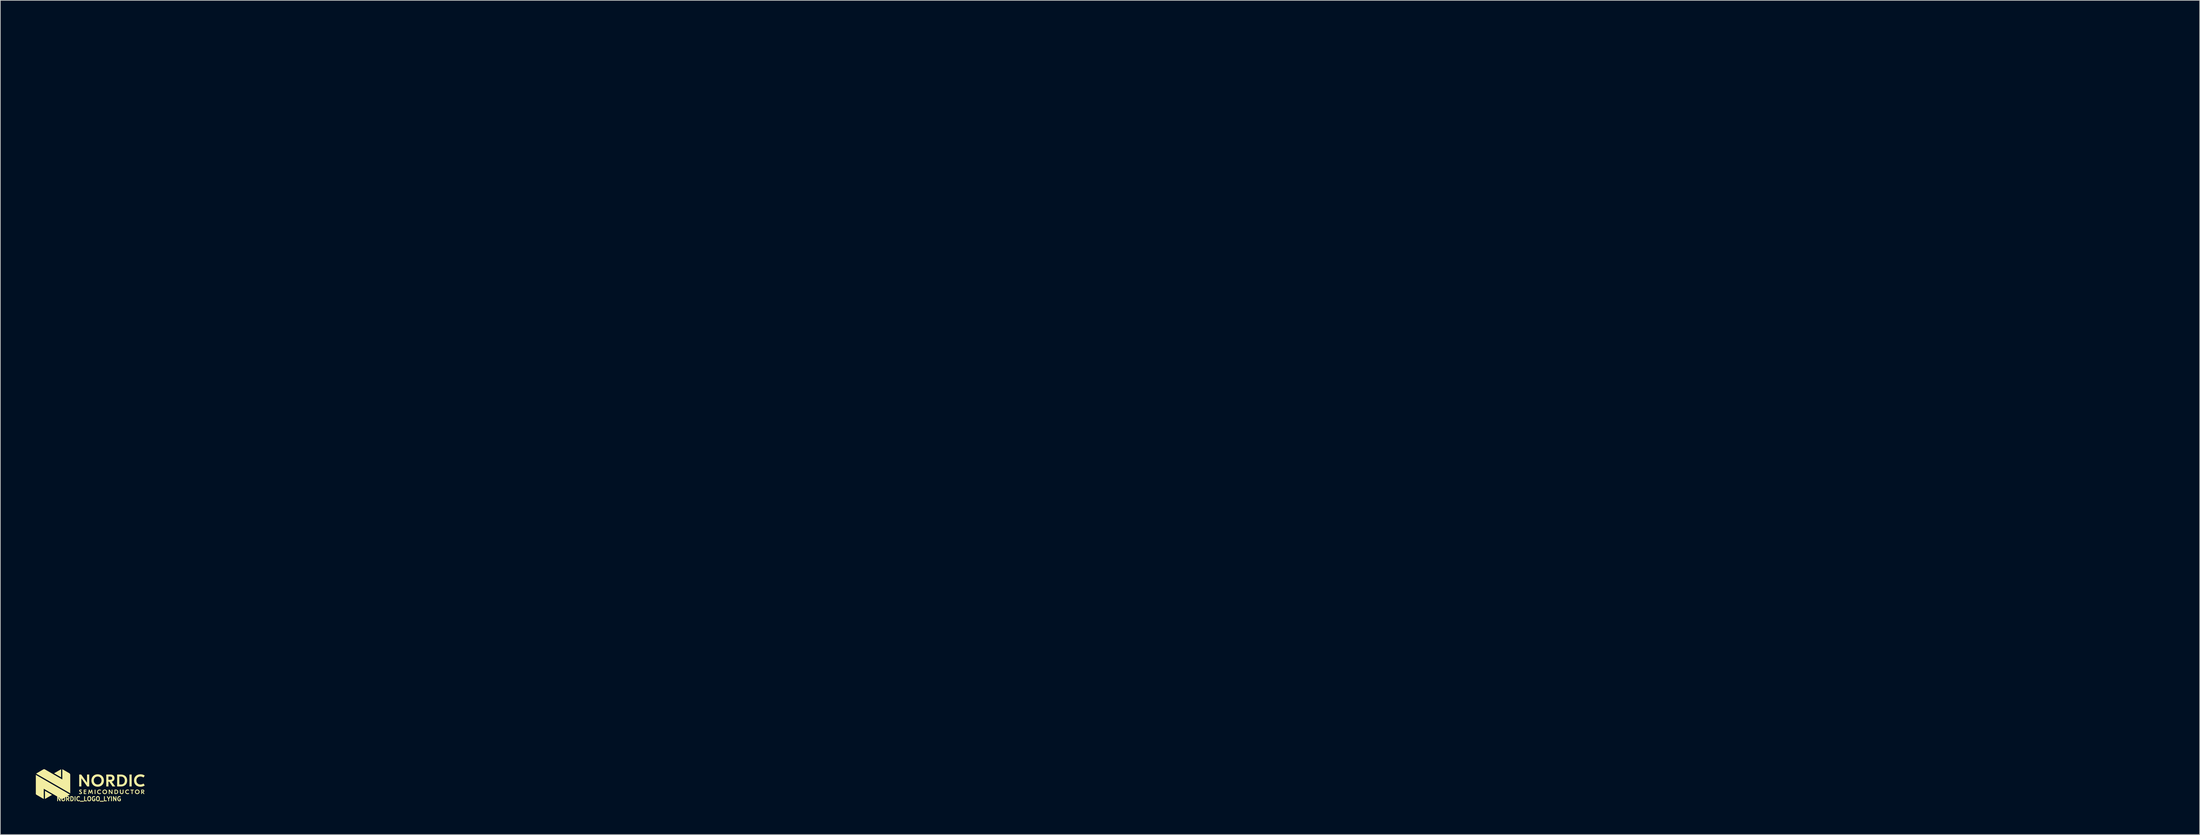
<source format=kicad_pcb>
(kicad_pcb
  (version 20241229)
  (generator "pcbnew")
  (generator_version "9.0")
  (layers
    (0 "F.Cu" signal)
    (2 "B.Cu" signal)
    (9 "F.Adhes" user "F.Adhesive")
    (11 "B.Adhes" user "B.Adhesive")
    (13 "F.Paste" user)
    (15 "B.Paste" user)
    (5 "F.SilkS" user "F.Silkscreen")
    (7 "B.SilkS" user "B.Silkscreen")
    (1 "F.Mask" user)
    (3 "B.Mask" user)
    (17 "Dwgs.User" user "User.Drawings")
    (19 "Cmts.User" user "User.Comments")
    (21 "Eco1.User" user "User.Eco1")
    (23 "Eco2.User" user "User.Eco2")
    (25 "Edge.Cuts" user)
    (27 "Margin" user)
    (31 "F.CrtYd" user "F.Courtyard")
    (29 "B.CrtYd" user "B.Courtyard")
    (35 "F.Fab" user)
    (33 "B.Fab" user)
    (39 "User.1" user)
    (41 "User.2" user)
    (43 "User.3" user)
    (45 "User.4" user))
  (footprint "NORDIC_LOGO_LYING"
    (layer "F.Cu")
    (at 4.87 114.139)
    (property "Reference" "NORDIC_LOGO_LYING" (at 5.359 2.207 0) (unlocked yes) (layer "F.SilkS") (effects (font (size 0.635 0.635) (thickness 0.127))))
    (fp_poly (pts (xy -1.205 2.214) (xy -1.206 1.001) (xy -0.155 1.608)) (stroke (width 0) (type default)) (fill yes) (layer "F.SilkS"))
    (fp_poly (pts (xy 0.155 -1.625) (xy 1.205 -1.015) (xy 1.205 -2.226)) (stroke (width 0) (type default)) (fill yes) (layer "F.SilkS"))
    (fp_poly (pts (xy 6.217 0.818) (xy 6.217 1.477) (xy 6.342 1.477) (xy 6.342 0.818)) (stroke (width 0) (type default)) (fill yes) (layer "F.SilkS"))
    (fp_poly (pts (xy 11.417 -1.436) (xy 11.417 0.347) (xy 11.745 0.347) (xy 11.745 -1.436)) (stroke (width 0) (type default)) (fill yes) (layer "F.SilkS"))
    (fp_poly (pts (xy 11.566 0.816) (xy 11.566 0.929) (xy 11.746 0.929) (xy 11.746 1.475) (xy 11.867 1.475) (xy 11.867 0.929) (xy 12.047 0.929) (xy 12.047 0.816)) (stroke (width 0) (type default)) (fill yes) (layer "F.SilkS"))
    (fp_poly (pts (xy 3.907 0.347) (xy 3.907 -1.436) (xy 4.21 -1.436) (xy 5.079 -0.211) (xy 5.079 -1.436) (xy 5.405 -1.436) (xy 5.405 0.347) (xy 5.102 0.347) (xy 4.233 -0.876) (xy 4.233 0.347)) (stroke (width 0) (type default)) (fill yes) (layer "F.SilkS"))
    (fp_poly (pts (xy 8.325 1.477) (xy 8.325 0.818) (xy 8.437 0.818) (xy 8.759 1.271) (xy 8.759 0.818) (xy 8.879 0.818) (xy 8.879 1.477) (xy 8.767 1.477) (xy 8.446 1.025) (xy 8.446 1.477)) (stroke (width 0) (type default)) (fill yes) (layer "F.SilkS"))
    (fp_poly (pts (xy 4.583 0.818) (xy 4.583 1.477) (xy 4.979 1.477) (xy 4.979 1.364) (xy 4.704 1.364) (xy 4.704 1.174) (xy 4.951 1.174) (xy 4.951 1.063) (xy 4.704 1.063) (xy 4.704 0.931) (xy 4.974 0.931) (xy 4.974 0.818)) (stroke (width 0) (type default)) (fill yes) (layer "F.SilkS"))
    (fp_poly (pts (xy 5.237 1.477) (xy 5.356 0.817) (xy 5.445 0.817) (xy 5.593 1.19) (xy 5.745 0.817) (xy 5.834 0.817) (xy 5.952 1.477) (xy 5.83 1.477) (xy 5.766 1.051) (xy 5.639 1.379) (xy 5.551 1.379) (xy 5.424 1.051) (xy 5.359 1.477)) (stroke (width 0) (type default)) (fill yes) (layer "F.SilkS"))
    (fp_poly (pts (xy -2.57 1.44) (xy -2.57 -1.388) (xy 2.523 1.551) (xy 1.396 2.214) (xy 1.384 2.221) (xy 1.376 2.225) (xy 1.368 2.228) (xy 1.358 2.232) (xy 1.348 2.235) (xy 1.34 2.237) (xy 1.335 2.238) (xy 1.328 2.238) (xy 1.318 2.237) (xy 1.312 2.236) (xy 1.302 2.233) (xy 1.292 2.229) (xy 1.285 2.226) (xy 1.279 2.223) (xy -1.387 0.688) (xy -1.386 2.219) (xy -2.49 1.574) (xy -2.514 1.559) (xy -2.527 1.547) (xy -2.539 1.532) (xy -2.552 1.515) (xy -2.56 1.493) (xy -2.565 1.475) (xy -2.57 1.454)) (stroke (width 0) (type default)) (fill yes) (layer "F.SilkS"))
    (fp_poly (pts (xy -2.51 -1.564) (xy 2.57 1.369) (xy 2.57 -1.39) (xy 2.569 -1.414) (xy 2.566 -1.437) (xy 2.561 -1.463) (xy 2.551 -1.493) (xy 2.535 -1.528) (xy 2.516 -1.558) (xy 2.484 -1.593) (xy 2.464 -1.611) (xy 2.44 -1.629) (xy 2.424 -1.638) (xy 1.441 -2.208) (xy 1.428 -2.214) (xy 1.407 -2.223) (xy 1.386 -2.23) (xy 1.386 -0.702) (xy -1.206 -2.201) (xy -1.229 -2.213) (xy -1.251 -2.223) (xy -1.266 -2.228) (xy -1.287 -2.234) (xy -1.304 -2.237) (xy -1.319 -2.238) (xy -1.336 -2.238) (xy -1.35 -2.238) (xy -1.361 -2.236) (xy -1.379 -2.233) (xy -1.394 -2.229) (xy -1.415 -2.221) (xy -1.428 -2.216) (xy -1.443 -2.208) (xy -1.461 -2.199) (xy -2.422 -1.641) (xy -2.445 -1.627) (xy -2.464 -1.613) (xy -2.477 -1.601) (xy -2.491 -1.588) (xy -2.505 -1.572)) (stroke (width 0) (type default)) (fill yes) (layer "F.SilkS"))
    (fp_poly (pts (xy 13.291 1.475) (xy 13.17 1.475) (xy 13.17 0.816) (xy 13.414 0.816) (xy 13.437 0.816) (xy 13.45 0.818) (xy 13.468 0.821) (xy 13.495 0.828) (xy 13.516 0.836) (xy 13.533 0.844) (xy 13.555 0.859) (xy 13.565 0.867) (xy 13.586 0.888) (xy 13.596 0.903) (xy 13.605 0.919) (xy 13.611 0.931) (xy 13.616 0.945) (xy 13.623 0.972) (xy 13.625 0.986) (xy 13.626 1.007) (xy 13.626 1.021) (xy 13.626 1.034) (xy 13.624 1.048) (xy 13.622 1.061) (xy 13.618 1.076) (xy 13.611 1.097) (xy 13.606 1.109) (xy 13.597 1.124) (xy 13.581 1.146) (xy 13.563 1.164) (xy 13.549 1.175) (xy 13.532 1.185) (xy 13.506 1.197) (xy 13.486 1.203) (xy 13.472 1.207) (xy 13.667 1.475) (xy 13.515 1.475) (xy 13.336 1.212) (xy 13.291 1.212) (xy 13.291 1.106) (xy 13.401 1.106) (xy 13.418 1.105) (xy 13.436 1.101) (xy 13.448 1.097) (xy 13.461 1.091) (xy 13.474 1.081) (xy 13.483 1.07) (xy 13.492 1.051) (xy 13.496 1.037) (xy 13.497 1.018) (xy 13.497 1.005) (xy 13.492 0.984) (xy 13.486 0.97) (xy 13.47 0.95) (xy 13.455 0.94) (xy 13.443 0.934) (xy 13.421 0.929) (xy 13.406 0.927) (xy 13.291 0.927)) (stroke (width 0) (type default)) (fill yes) (layer "F.SilkS"))
    (fp_poly (pts (xy 9.983 0.816) (xy 9.983 1.215) (xy 9.984 1.234) (xy 9.985 1.252) (xy 9.987 1.271) (xy 9.992 1.298) (xy 9.997 1.315) (xy 10.004 1.335) (xy 10.011 1.351) (xy 10.018 1.365) (xy 10.025 1.377) (xy 10.04 1.399) (xy 10.067 1.427) (xy 10.093 1.446) (xy 10.11 1.456) (xy 10.13 1.465) (xy 10.147 1.472) (xy 10.164 1.477) (xy 10.18 1.481) (xy 10.196 1.484) (xy 10.215 1.486) (xy 10.232 1.488) (xy 10.257 1.489) (xy 10.275 1.488) (xy 10.292 1.487) (xy 10.309 1.485) (xy 10.328 1.482) (xy 10.344 1.478) (xy 10.364 1.472) (xy 10.383 1.464) (xy 10.393 1.46) (xy 10.407 1.452) (xy 10.421 1.444) (xy 10.433 1.435) (xy 10.461 1.41) (xy 10.474 1.393) (xy 10.485 1.378) (xy 10.496 1.359) (xy 10.504 1.34) (xy 10.511 1.323) (xy 10.515 1.308) (xy 10.52 1.286) (xy 10.524 1.265) (xy 10.526 1.248) (xy 10.527 1.231) (xy 10.527 1.215) (xy 10.527 0.816) (xy 10.4 0.816) (xy 10.4 1.208) (xy 10.4 1.22) (xy 10.397 1.241) (xy 10.394 1.257) (xy 10.39 1.272) (xy 10.382 1.291) (xy 10.373 1.305) (xy 10.363 1.319) (xy 10.341 1.339) (xy 10.33 1.346) (xy 10.315 1.353) (xy 10.299 1.358) (xy 10.282 1.362) (xy 10.27 1.364) (xy 10.252 1.364) (xy 10.238 1.363) (xy 10.226 1.362) (xy 10.206 1.357) (xy 10.19 1.35) (xy 10.176 1.343) (xy 10.154 1.326) (xy 10.144 1.314) (xy 10.135 1.302) (xy 10.127 1.288) (xy 10.121 1.272) (xy 10.116 1.255) (xy 10.112 1.235) (xy 10.111 1.211) (xy 10.111 1.208) (xy 10.111 0.816)) (stroke (width 0) (type default)) (fill yes) (layer "F.SilkS"))
    (fp_poly (pts (xy 9.178 0.816) (xy 9.389 0.816) (xy 9.408 0.816) (xy 9.427 0.817) (xy 9.45 0.82) (xy 9.463 0.822) (xy 9.478 0.824) (xy 9.494 0.828) (xy 9.511 0.833) (xy 9.525 0.838) (xy 9.535 0.841) (xy 9.56 0.852) (xy 9.576 0.86) (xy 9.587 0.867) (xy 9.606 0.88) (xy 9.622 0.892) (xy 9.631 0.9) (xy 9.645 0.913) (xy 9.667 0.936) (xy 9.681 0.958) (xy 9.696 0.985) (xy 9.703 0.999) (xy 9.71 1.016) (xy 9.715 1.032) (xy 9.72 1.046) (xy 9.724 1.064) (xy 9.726 1.077) (xy 9.73 1.102) (xy 9.731 1.118) (xy 9.732 1.141) (xy 9.732 1.157) (xy 9.731 1.176) (xy 9.729 1.193) (xy 9.727 1.212) (xy 9.724 1.226) (xy 9.717 1.253) (xy 9.709 1.278) (xy 9.701 1.296) (xy 9.694 1.31) (xy 9.684 1.327) (xy 9.677 1.339) (xy 9.652 1.371) (xy 9.626 1.396) (xy 9.596 1.418) (xy 9.561 1.438) (xy 9.536 1.449) (xy 9.507 1.459) (xy 9.483 1.465) (xy 9.461 1.47) (xy 9.449 1.471) (xy 9.422 1.474) (xy 9.389 1.475) (xy 9.395 1.364) (xy 9.424 1.362) (xy 9.447 1.359) (xy 9.469 1.353) (xy 9.495 1.342) (xy 9.506 1.336) (xy 9.522 1.326) (xy 9.53 1.319) (xy 9.554 1.296) (xy 9.567 1.278) (xy 9.575 1.265) (xy 9.584 1.246) (xy 9.59 1.229) (xy 9.596 1.206) (xy 9.598 1.193) (xy 9.601 1.172) (xy 9.602 1.152) (xy 9.602 1.132) (xy 9.6 1.112) (xy 9.598 1.093) (xy 9.594 1.078) (xy 9.59 1.062) (xy 9.587 1.053) (xy 9.583 1.043) (xy 9.578 1.032) (xy 9.572 1.02) (xy 9.56 1.002) (xy 9.55 0.991) (xy 9.532 0.972) (xy 9.519 0.963) (xy 9.496 0.949) (xy 9.479 0.942) (xy 9.461 0.936) (xy 9.439 0.931) (xy 9.418 0.928) (xy 9.395 0.927) (xy 9.298 0.927) (xy 9.298 1.364) (xy 9.395 1.364) (xy 9.389 1.475) (xy 9.178 1.475)) (stroke (width 0) (type default)) (fill yes) (layer "F.SilkS"))
    (fp_poly (pts (xy 7.951 0.347) (xy 7.951 -1.436) (xy 8.608 -1.436) (xy 8.634 -1.436) (xy 8.665 -1.434) (xy 8.693 -1.432) (xy 8.734 -1.426) (xy 8.761 -1.421) (xy 8.793 -1.414) (xy 8.814 -1.408) (xy 8.848 -1.397) (xy 8.885 -1.382) (xy 8.915 -1.367) (xy 8.941 -1.353) (xy 8.959 -1.342) (xy 8.979 -1.328) (xy 9.003 -1.309) (xy 9.018 -1.296) (xy 9.04 -1.275) (xy 9.059 -1.253) (xy 9.076 -1.234) (xy 9.1 -1.2) (xy 9.119 -1.168) (xy 9.132 -1.143) (xy 9.141 -1.122) (xy 9.149 -1.102) (xy 9.155 -1.085) (xy 9.16 -1.067) (xy 9.167 -1.043) (xy 9.172 -1.019) (xy 9.176 -0.997) (xy 9.178 -0.983) (xy 9.181 -0.954) (xy 9.183 -0.931) (xy 9.184 -0.911) (xy 9.184 -0.888) (xy 9.183 -0.867) (xy 9.181 -0.832) (xy 9.177 -0.802) (xy 9.171 -0.772) (xy 9.166 -0.748) (xy 9.161 -0.731) (xy 9.156 -0.714) (xy 9.15 -0.696) (xy 9.138 -0.666) (xy 9.128 -0.644) (xy 9.114 -0.618) (xy 9.104 -0.602) (xy 9.09 -0.58) (xy 9.071 -0.556) (xy 9.052 -0.533) (xy 9.039 -0.518) (xy 9.013 -0.496) (xy 8.986 -0.475) (xy 8.964 -0.459) (xy 8.937 -0.442) (xy 8.92 -0.433) (xy 8.896 -0.421) (xy 8.873 -0.411) (xy 8.845 -0.401) (xy 8.825 -0.394) (xy 8.805 -0.388) (xy 8.784 -0.383) (xy 8.766 -0.379) (xy 9.293 0.347) (xy 8.883 0.347) (xy 8.399 -0.364) (xy 8.277 -0.364) (xy 8.277 -0.652) (xy 8.557 -0.652) (xy 8.582 -0.652) (xy 8.605 -0.654) (xy 8.629 -0.657) (xy 8.648 -0.66) (xy 8.671 -0.665) (xy 8.693 -0.672) (xy 8.723 -0.685) (xy 8.74 -0.695) (xy 8.755 -0.705) (xy 8.772 -0.72) (xy 8.796 -0.749) (xy 8.81 -0.772) (xy 8.822 -0.803) (xy 8.831 -0.842) (xy 8.835 -0.881) (xy 8.834 -0.915) (xy 8.831 -0.942) (xy 8.823 -0.976) (xy 8.811 -1.007) (xy 8.8 -1.027) (xy 8.791 -1.04) (xy 8.767 -1.068) (xy 8.748 -1.084) (xy 8.726 -1.098) (xy 8.707 -1.107) (xy 8.689 -1.115) (xy 8.672 -1.12) (xy 8.648 -1.126) (xy 8.629 -1.13) (xy 8.612 -1.132) (xy 8.581 -1.135) (xy 8.557 -1.136) (xy 8.277 -1.136) (xy 8.277 0.347)) (stroke (width 0) (type default)) (fill yes) (layer "F.SilkS"))
    (fp_poly (pts (xy 9.574 0.347) (xy 9.574 -1.436) (xy 10.172 -1.436) (xy 10.21 -1.434) (xy 10.247 -1.432) (xy 10.284 -1.428) (xy 10.32 -1.423) (xy 10.371 -1.415) (xy 10.41 -1.406) (xy 10.436 -1.4) (xy 10.448 -1.396) (xy 10.473 -1.389) (xy 10.498 -1.381) (xy 10.525 -1.371) (xy 10.552 -1.361) (xy 10.578 -1.35) (xy 10.619 -1.33) (xy 10.649 -1.315) (xy 10.664 -1.306) (xy 10.68 -1.297) (xy 10.713 -1.275) (xy 10.731 -1.263) (xy 10.75 -1.248) (xy 10.773 -1.231) (xy 10.798 -1.209) (xy 10.835 -1.173) (xy 10.865 -1.143) (xy 10.887 -1.114) (xy 10.913 -1.081) (xy 10.933 -1.05) (xy 10.951 -1.022) (xy 10.975 -0.978) (xy 10.992 -0.942) (xy 11.006 -0.909) (xy 11.017 -0.879) (xy 11.03 -0.838) (xy 11.038 -0.813) (xy 11.046 -0.776) (xy 11.054 -0.741) (xy 11.06 -0.706) (xy 11.064 -0.674) (xy 11.066 -0.652) (xy 11.069 -0.618) (xy 11.07 -0.596) (xy 11.071 -0.566) (xy 11.071 -0.533) (xy 11.071 -0.503) (xy 11.069 -0.473) (xy 11.067 -0.45) (xy 11.064 -0.417) (xy 11.06 -0.385) (xy 11.054 -0.351) (xy 11.047 -0.316) (xy 11.044 -0.304) (xy 11.038 -0.28) (xy 11.031 -0.254) (xy 11.018 -0.214) (xy 11.008 -0.186) (xy 10.995 -0.154) (xy 10.979 -0.12) (xy 10.969 -0.1) (xy 10.942 -0.053) (xy 10.921 -0.021) (xy 10.897 0.013) (xy 10.87 0.044) (xy 10.842 0.078) (xy 10.804 0.114) (xy 10.784 0.132) (xy 10.74 0.167) (xy 10.703 0.193) (xy 10.669 0.214) (xy 10.639 0.231) (xy 10.609 0.246) (xy 10.581 0.259) (xy 10.554 0.271) (xy 10.528 0.281) (xy 10.501 0.291) (xy 10.462 0.303) (xy 10.424 0.313) (xy 10.385 0.322) (xy 10.359 0.328) (xy 10.332 0.332) (xy 10.246 0.343) (xy 10.183 0.346) (xy 10.144 0.347) (xy 10.16 0.046) (xy 10.187 0.046) (xy 10.221 0.044) (xy 10.265 0.038) (xy 10.308 0.03) (xy 10.338 0.022) (xy 10.369 0.013) (xy 10.386 0.007) (xy 10.402 -0.00006) (xy 10.421 -0.008) (xy 10.45 -0.023) (xy 10.474 -0.037) (xy 10.504 -0.057) (xy 10.528 -0.076) (xy 10.551 -0.096) (xy 10.589 -0.136) (xy 10.61 -0.164) (xy 10.631 -0.195) (xy 10.65 -0.229) (xy 10.661 -0.252) (xy 10.676 -0.287) (xy 10.689 -0.325) (xy 10.698 -0.356) (xy 10.705 -0.386) (xy 10.71 -0.416) (xy 10.716 -0.46) (xy 10.719 -0.501) (xy 10.72 -0.54) (xy 10.719 -0.569) (xy 10.718 -0.608) (xy 10.713 -0.655) (xy 10.708 -0.686) (xy 10.702 -0.715) (xy 10.696 -0.739) (xy 10.69 -0.763) (xy 10.677 -0.801) (xy 10.662 -0.835) (xy 10.652 -0.857) (xy 10.639 -0.882) (xy 10.622 -0.909) (xy 10.607 -0.93) (xy 10.583 -0.959) (xy 10.559 -0.986) (xy 10.529 -1.013) (xy 10.493 -1.04) (xy 10.465 -1.058) (xy 10.433 -1.075) (xy 10.396 -1.092) (xy 10.371 -1.101) (xy 10.339 -1.111) (xy 10.308 -1.119) (xy 10.279 -1.125) (xy 10.247 -1.13) (xy 10.206 -1.134) (xy 10.183 -1.135) (xy 10.168 -1.135) (xy 9.9 -1.136) (xy 9.9 0.046) (xy 10.16 0.046) (xy 10.144 0.347)) (stroke (width 0) (type default)) (fill yes) (layer "F.SilkS"))
    (fp_poly (pts (xy 7.109 0.982) (xy 7.178 0.876) (xy 7.159 0.864) (xy 7.146 0.855) (xy 7.127 0.845) (xy 7.12 0.842) (xy 7.092 0.83) (xy 7.065 0.821) (xy 7.033 0.813) (xy 7.008 0.808) (xy 6.982 0.805) (xy 6.964 0.804) (xy 6.943 0.803) (xy 6.912 0.804) (xy 6.89 0.806) (xy 6.869 0.809) (xy 6.854 0.812) (xy 6.84 0.815) (xy 6.826 0.819) (xy 6.815 0.822) (xy 6.801 0.827) (xy 6.786 0.833) (xy 6.774 0.838) (xy 6.762 0.844) (xy 6.749 0.851) (xy 6.734 0.86) (xy 6.718 0.871) (xy 6.709 0.878) (xy 6.698 0.887) (xy 6.677 0.906) (xy 6.649 0.94) (xy 6.638 0.956) (xy 6.631 0.968) (xy 6.621 0.987) (xy 6.614 1.002) (xy 6.609 1.016) (xy 6.605 1.028) (xy 6.597 1.056) (xy 6.593 1.072) (xy 6.591 1.087) (xy 6.589 1.101) (xy 6.587 1.12) (xy 6.587 1.13) (xy 6.586 1.143) (xy 6.587 1.157) (xy 6.587 1.171) (xy 6.589 1.19) (xy 6.59 1.204) (xy 6.594 1.225) (xy 6.599 1.247) (xy 6.606 1.27) (xy 6.613 1.29) (xy 6.62 1.306) (xy 6.624 1.314) (xy 6.629 1.324) (xy 6.636 1.335) (xy 6.65 1.357) (xy 6.666 1.377) (xy 6.688 1.399) (xy 6.701 1.411) (xy 6.72 1.426) (xy 6.743 1.441) (xy 6.763 1.451) (xy 6.781 1.46) (xy 6.799 1.467) (xy 6.815 1.473) (xy 6.826 1.476) (xy 6.848 1.482) (xy 6.864 1.485) (xy 6.884 1.488) (xy 6.906 1.49) (xy 6.922 1.491) (xy 6.937 1.492) (xy 6.956 1.491) (xy 6.974 1.491) (xy 6.998 1.488) (xy 7.017 1.486) (xy 7.034 1.482) (xy 7.047 1.479) (xy 7.056 1.477) (xy 7.084 1.468) (xy 7.109 1.458) (xy 7.131 1.448) (xy 7.155 1.434) (xy 7.169 1.425) (xy 7.178 1.419) (xy 7.109 1.313) (xy 7.096 1.322) (xy 7.086 1.328) (xy 7.07 1.337) (xy 7.06 1.342) (xy 7.047 1.347) (xy 7.03 1.354) (xy 7.023 1.356) (xy 7.014 1.359) (xy 6.983 1.365) (xy 6.966 1.367) (xy 6.949 1.368) (xy 6.926 1.368) (xy 6.911 1.366) (xy 6.893 1.364) (xy 6.881 1.361) (xy 6.862 1.356) (xy 6.849 1.351) (xy 6.836 1.346) (xy 6.822 1.338) (xy 6.817 1.335) (xy 6.798 1.322) (xy 6.775 1.302) (xy 6.757 1.279) (xy 6.744 1.258) (xy 6.737 1.243) (xy 6.729 1.223) (xy 6.724 1.202) (xy 6.721 1.186) (xy 6.719 1.168) (xy 6.718 1.154) (xy 6.719 1.139) (xy 6.719 1.124) (xy 6.721 1.112) (xy 6.723 1.096) (xy 6.727 1.083) (xy 6.732 1.064) (xy 6.737 1.051) (xy 6.742 1.041) (xy 6.753 1.022) (xy 6.768 1.001) (xy 6.787 0.982) (xy 6.803 0.969) (xy 6.815 0.961) (xy 6.835 0.95) (xy 6.851 0.943) (xy 6.868 0.937) (xy 6.883 0.933) (xy 6.898 0.931) (xy 6.912 0.929) (xy 6.931 0.927) (xy 6.948 0.927) (xy 6.955 0.927) (xy 6.981 0.929) (xy 7.011 0.936) (xy 7.028 0.941) (xy 7.049 0.949) (xy 7.061 0.954) (xy 7.071 0.959) (xy 7.082 0.965) (xy 7.093 0.971) (xy 7.104 0.979)) (stroke (width 0) (type default)) (fill yes) (layer "F.SilkS"))
    (fp_poly (pts (xy 11.3 0.98) (xy 11.37 0.874) (xy 11.351 0.861) (xy 11.337 0.853) (xy 11.318 0.843) (xy 11.311 0.84) (xy 11.283 0.827) (xy 11.256 0.819) (xy 11.224 0.81) (xy 11.199 0.806) (xy 11.174 0.803) (xy 11.155 0.802) (xy 11.134 0.801) (xy 11.103 0.802) (xy 11.082 0.804) (xy 11.061 0.807) (xy 11.045 0.81) (xy 11.031 0.813) (xy 11.017 0.817) (xy 11.007 0.82) (xy 10.992 0.825) (xy 10.978 0.831) (xy 10.966 0.836) (xy 10.953 0.842) (xy 10.94 0.849) (xy 10.926 0.858) (xy 10.909 0.869) (xy 10.9 0.876) (xy 10.889 0.885) (xy 10.868 0.904) (xy 10.84 0.938) (xy 10.829 0.954) (xy 10.822 0.966) (xy 10.813 0.985) (xy 10.806 1) (xy 10.8 1.013) (xy 10.796 1.026) (xy 10.788 1.054) (xy 10.785 1.07) (xy 10.782 1.085) (xy 10.78 1.099) (xy 10.779 1.118) (xy 10.778 1.127) (xy 10.778 1.14) (xy 10.778 1.155) (xy 10.778 1.169) (xy 10.78 1.188) (xy 10.782 1.202) (xy 10.785 1.223) (xy 10.79 1.245) (xy 10.797 1.268) (xy 10.804 1.288) (xy 10.811 1.303) (xy 10.816 1.312) (xy 10.821 1.322) (xy 10.827 1.333) (xy 10.841 1.355) (xy 10.857 1.375) (xy 10.88 1.397) (xy 10.893 1.409) (xy 10.912 1.424) (xy 10.935 1.439) (xy 10.954 1.449) (xy 10.973 1.458) (xy 10.99 1.465) (xy 11.007 1.471) (xy 11.017 1.474) (xy 11.04 1.479) (xy 11.055 1.483) (xy 11.076 1.486) (xy 11.097 1.488) (xy 11.114 1.489) (xy 11.128 1.489) (xy 11.147 1.489) (xy 11.165 1.488) (xy 11.189 1.486) (xy 11.208 1.483) (xy 11.225 1.48) (xy 11.239 1.477) (xy 11.247 1.475) (xy 11.275 1.466) (xy 11.3 1.456) (xy 11.323 1.445) (xy 11.347 1.432) (xy 11.36 1.423) (xy 11.37 1.417) (xy 11.3 1.311) (xy 11.288 1.319) (xy 11.277 1.326) (xy 11.262 1.334) (xy 11.251 1.34) (xy 11.238 1.345) (xy 11.222 1.351) (xy 11.214 1.354) (xy 11.205 1.356) (xy 11.175 1.363) (xy 11.157 1.365) (xy 11.14 1.366) (xy 11.117 1.366) (xy 11.102 1.364) (xy 11.084 1.362) (xy 11.072 1.359) (xy 11.053 1.354) (xy 11.04 1.349) (xy 11.028 1.344) (xy 11.013 1.336) (xy 11.008 1.333) (xy 10.99 1.32) (xy 10.966 1.3) (xy 10.948 1.277) (xy 10.935 1.256) (xy 10.928 1.241) (xy 10.921 1.22) (xy 10.915 1.2) (xy 10.912 1.184) (xy 10.91 1.166) (xy 10.91 1.151) (xy 10.91 1.137) (xy 10.911 1.122) (xy 10.912 1.11) (xy 10.915 1.094) (xy 10.918 1.08) (xy 10.924 1.062) (xy 10.929 1.049) (xy 10.933 1.039) (xy 10.944 1.02) (xy 10.959 0.999) (xy 10.978 0.98) (xy 10.995 0.967) (xy 11.006 0.959) (xy 11.026 0.948) (xy 11.043 0.941) (xy 11.059 0.935) (xy 11.074 0.931) (xy 11.089 0.928) (xy 11.103 0.926) (xy 11.122 0.925) (xy 11.139 0.925) (xy 11.147 0.925) (xy 11.173 0.927) (xy 11.202 0.934) (xy 11.219 0.939) (xy 11.24 0.946) (xy 11.252 0.952) (xy 11.262 0.957) (xy 11.274 0.963) (xy 11.284 0.969) (xy 11.296 0.977)) (stroke (width 0) (type default)) (fill yes) (layer "F.SilkS"))
    (fp_poly (pts (xy 7.381 1.15) (xy 7.381 1.136) (xy 7.383 1.114) (xy 7.386 1.084) (xy 7.391 1.058) (xy 7.397 1.037) (xy 7.402 1.022) (xy 7.413 0.995) (xy 7.424 0.973) (xy 7.432 0.959) (xy 7.444 0.941) (xy 7.457 0.924) (xy 7.478 0.9) (xy 7.492 0.887) (xy 7.504 0.877) (xy 7.517 0.868) (xy 7.531 0.858) (xy 7.543 0.851) (xy 7.555 0.844) (xy 7.586 0.83) (xy 7.604 0.823) (xy 7.629 0.816) (xy 7.645 0.812) (xy 7.661 0.809) (xy 7.683 0.806) (xy 7.698 0.804) (xy 7.719 0.804) (xy 7.734 0.804) (xy 7.748 0.804) (xy 7.77 0.806) (xy 7.785 0.808) (xy 7.801 0.81) (xy 7.817 0.814) (xy 7.833 0.818) (xy 7.851 0.824) (xy 7.879 0.835) (xy 7.9 0.846) (xy 7.912 0.852) (xy 7.924 0.86) (xy 7.938 0.87) (xy 7.956 0.884) (xy 7.966 0.892) (xy 7.978 0.904) (xy 7.998 0.926) (xy 8.007 0.938) (xy 8.016 0.951) (xy 8.024 0.965) (xy 8.032 0.979) (xy 8.043 1) (xy 8.05 1.019) (xy 8.056 1.035) (xy 8.06 1.05) (xy 8.063 1.065) (xy 8.066 1.078) (xy 8.07 1.103) (xy 8.072 1.126) (xy 8.072 1.154) (xy 8.07 1.192) (xy 8.065 1.224) (xy 8.062 1.238) (xy 8.056 1.26) (xy 8.05 1.276) (xy 8.043 1.294) (xy 8.032 1.316) (xy 8.025 1.329) (xy 8.014 1.347) (xy 8.003 1.361) (xy 7.992 1.376) (xy 7.978 1.391) (xy 7.961 1.407) (xy 7.937 1.426) (xy 7.923 1.436) (xy 7.91 1.444) (xy 7.888 1.456) (xy 7.868 1.465) (xy 7.849 1.472) (xy 7.832 1.477) (xy 7.815 1.482) (xy 7.791 1.486) (xy 7.775 1.489) (xy 7.753 1.491) (xy 7.738 1.491) (xy 7.705 1.491) (xy 7.691 1.49) (xy 7.676 1.488) (xy 7.654 1.485) (xy 7.63 1.48) (xy 7.614 1.475) (xy 7.588 1.466) (xy 7.569 1.458) (xy 7.547 1.446) (xy 7.535 1.439) (xy 7.521 1.43) (xy 7.505 1.418) (xy 7.49 1.406) (xy 7.476 1.393) (xy 7.464 1.38) (xy 7.449 1.362) (xy 7.439 1.346) (xy 7.429 1.33) (xy 7.416 1.306) (xy 7.407 1.286) (xy 7.401 1.269) (xy 7.396 1.254) (xy 7.39 1.233) (xy 7.387 1.213) (xy 7.384 1.195) (xy 7.381 1.15) (xy 7.513 1.151) (xy 7.515 1.178) (xy 7.519 1.202) (xy 7.524 1.224) (xy 7.529 1.236) (xy 7.534 1.249) (xy 7.544 1.269) (xy 7.552 1.281) (xy 7.574 1.308) (xy 7.585 1.318) (xy 7.61 1.336) (xy 7.626 1.346) (xy 7.639 1.351) (xy 7.655 1.357) (xy 7.669 1.361) (xy 7.686 1.365) (xy 7.706 1.367) (xy 7.72 1.368) (xy 7.743 1.368) (xy 7.765 1.365) (xy 7.784 1.361) (xy 7.797 1.357) (xy 7.812 1.352) (xy 7.836 1.34) (xy 7.858 1.326) (xy 7.87 1.316) (xy 7.889 1.297) (xy 7.9 1.282) (xy 7.907 1.271) (xy 7.915 1.257) (xy 7.921 1.244) (xy 7.925 1.232) (xy 7.934 1.202) (xy 7.937 1.179) (xy 7.939 1.158) (xy 7.939 1.141) (xy 7.938 1.125) (xy 7.936 1.105) (xy 7.932 1.087) (xy 7.927 1.069) (xy 7.922 1.054) (xy 7.916 1.042) (xy 7.902 1.017) (xy 7.893 1.003) (xy 7.87 0.978) (xy 7.854 0.966) (xy 7.839 0.956) (xy 7.824 0.948) (xy 7.807 0.941) (xy 7.793 0.936) (xy 7.776 0.932) (xy 7.75 0.928) (xy 7.736 0.927) (xy 7.722 0.927) (xy 7.708 0.928) (xy 7.684 0.931) (xy 7.658 0.937) (xy 7.643 0.942) (xy 7.624 0.951) (xy 7.607 0.961) (xy 7.586 0.976) (xy 7.565 0.997) (xy 7.553 1.013) (xy 7.539 1.035) (xy 7.529 1.058) (xy 7.521 1.081) (xy 7.517 1.103) (xy 7.513 1.134) (xy 7.513 1.151)) (stroke (width 0) (type default)) (fill yes) (layer "F.SilkS"))
    (fp_poly (pts (xy 12.232 1.148) (xy 12.233 1.133) (xy 12.234 1.111) (xy 12.237 1.082) (xy 12.243 1.056) (xy 12.248 1.034) (xy 12.253 1.019) (xy 12.264 0.993) (xy 12.275 0.971) (xy 12.283 0.957) (xy 12.295 0.939) (xy 12.308 0.922) (xy 12.33 0.898) (xy 12.344 0.885) (xy 12.356 0.874) (xy 12.368 0.866) (xy 12.382 0.856) (xy 12.395 0.848) (xy 12.406 0.842) (xy 12.437 0.828) (xy 12.455 0.821) (xy 12.48 0.813) (xy 12.497 0.809) (xy 12.512 0.806) (xy 12.534 0.803) (xy 12.549 0.802) (xy 12.57 0.801) (xy 12.585 0.801) (xy 12.599 0.802) (xy 12.621 0.803) (xy 12.636 0.805) (xy 12.652 0.808) (xy 12.668 0.812) (xy 12.685 0.816) (xy 12.702 0.822) (xy 12.73 0.833) (xy 12.751 0.843) (xy 12.763 0.85) (xy 12.775 0.857) (xy 12.789 0.867) (xy 12.807 0.881) (xy 12.818 0.89) (xy 12.829 0.901) (xy 12.849 0.923) (xy 12.858 0.936) (xy 12.867 0.948) (xy 12.876 0.962) (xy 12.884 0.976) (xy 12.894 0.998) (xy 12.901 1.017) (xy 12.907 1.033) (xy 12.911 1.048) (xy 12.915 1.062) (xy 12.917 1.076) (xy 12.921 1.1) (xy 12.923 1.123) (xy 12.923 1.151) (xy 12.921 1.19) (xy 12.916 1.222) (xy 12.913 1.235) (xy 12.907 1.257) (xy 12.901 1.273) (xy 12.894 1.292) (xy 12.884 1.313) (xy 12.876 1.327) (xy 12.865 1.344) (xy 12.855 1.359) (xy 12.843 1.374) (xy 12.829 1.389) (xy 12.813 1.405) (xy 12.788 1.424) (xy 12.774 1.434) (xy 12.761 1.441) (xy 12.739 1.453) (xy 12.719 1.462) (xy 12.701 1.469) (xy 12.683 1.475) (xy 12.666 1.479) (xy 12.642 1.484) (xy 12.626 1.486) (xy 12.604 1.488) (xy 12.59 1.489) (xy 12.556 1.489) (xy 12.542 1.488) (xy 12.527 1.486) (xy 12.505 1.483) (xy 12.482 1.477) (xy 12.465 1.473) (xy 12.439 1.463) (xy 12.42 1.455) (xy 12.398 1.444) (xy 12.386 1.437) (xy 12.373 1.428) (xy 12.356 1.416) (xy 12.341 1.404) (xy 12.328 1.39) (xy 12.316 1.378) (xy 12.301 1.359) (xy 12.29 1.344) (xy 12.28 1.328) (xy 12.267 1.303) (xy 12.258 1.284) (xy 12.252 1.267) (xy 12.247 1.251) (xy 12.242 1.23) (xy 12.238 1.211) (xy 12.235 1.192) (xy 12.232 1.148) (xy 12.364 1.149) (xy 12.366 1.175) (xy 12.37 1.2) (xy 12.376 1.222) (xy 12.38 1.234) (xy 12.385 1.247) (xy 12.396 1.267) (xy 12.403 1.278) (xy 12.426 1.305) (xy 12.436 1.315) (xy 12.461 1.334) (xy 12.478 1.343) (xy 12.49 1.349) (xy 12.506 1.355) (xy 12.52 1.359) (xy 12.537 1.362) (xy 12.557 1.365) (xy 12.572 1.366) (xy 12.594 1.365) (xy 12.616 1.363) (xy 12.636 1.359) (xy 12.649 1.355) (xy 12.663 1.35) (xy 12.687 1.338) (xy 12.709 1.323) (xy 12.722 1.314) (xy 12.74 1.294) (xy 12.751 1.28) (xy 12.758 1.269) (xy 12.766 1.254) (xy 12.772 1.241) (xy 12.777 1.229) (xy 12.785 1.2) (xy 12.789 1.176) (xy 12.79 1.156) (xy 12.79 1.138) (xy 12.79 1.122) (xy 12.787 1.102) (xy 12.784 1.085) (xy 12.779 1.067) (xy 12.773 1.052) (xy 12.768 1.039) (xy 12.754 1.014) (xy 12.744 1.001) (xy 12.721 0.976) (xy 12.705 0.964) (xy 12.69 0.954) (xy 12.675 0.946) (xy 12.659 0.939) (xy 12.644 0.934) (xy 12.627 0.93) (xy 12.601 0.926) (xy 12.587 0.925) (xy 12.573 0.925) (xy 12.559 0.925) (xy 12.536 0.928) (xy 12.509 0.934) (xy 12.494 0.94) (xy 12.476 0.948) (xy 12.458 0.958) (xy 12.438 0.974) (xy 12.417 0.994) (xy 12.404 1.01) (xy 12.39 1.033) (xy 12.38 1.055) (xy 12.373 1.079) (xy 12.368 1.101) (xy 12.365 1.132) (xy 12.364 1.149)) (stroke (width 0) (type default)) (fill yes) (layer "F.SilkS"))
    (fp_poly (pts (xy 4.25 0.96) (xy 4.302 0.85) (xy 4.275 0.838) (xy 4.251 0.829) (xy 4.234 0.823) (xy 4.217 0.818) (xy 4.199 0.814) (xy 4.18 0.81) (xy 4.157 0.806) (xy 4.136 0.804) (xy 4.119 0.804) (xy 4.105 0.804) (xy 4.092 0.804) (xy 4.076 0.805) (xy 4.057 0.808) (xy 4.041 0.811) (xy 4.023 0.816) (xy 4.011 0.82) (xy 4.001 0.824) (xy 3.986 0.833) (xy 3.975 0.84) (xy 3.966 0.847) (xy 3.96 0.852) (xy 3.957 0.855) (xy 3.938 0.878) (xy 3.931 0.891) (xy 3.926 0.902) (xy 3.922 0.911) (xy 3.919 0.923) (xy 3.916 0.938) (xy 3.914 0.948) (xy 3.913 0.959) (xy 3.913 0.966) (xy 3.913 0.982) (xy 3.914 0.994) (xy 3.916 1.007) (xy 3.918 1.014) (xy 3.919 1.019) (xy 3.928 1.045) (xy 3.933 1.056) (xy 3.939 1.065) (xy 3.944 1.074) (xy 3.957 1.091) (xy 3.964 1.1) (xy 3.977 1.112) (xy 3.986 1.12) (xy 3.995 1.128) (xy 4.003 1.134) (xy 4.013 1.142) (xy 4.018 1.145) (xy 4.124 1.221) (xy 4.138 1.231) (xy 4.154 1.243) (xy 4.163 1.252) (xy 4.169 1.258) (xy 4.175 1.265) (xy 4.18 1.272) (xy 4.184 1.278) (xy 4.186 1.283) (xy 4.188 1.287) (xy 4.19 1.295) (xy 4.191 1.303) (xy 4.191 1.312) (xy 4.19 1.318) (xy 4.188 1.328) (xy 4.186 1.333) (xy 4.181 1.342) (xy 4.176 1.348) (xy 4.17 1.354) (xy 4.165 1.358) (xy 4.158 1.362) (xy 4.15 1.366) (xy 4.141 1.369) (xy 4.126 1.373) (xy 4.117 1.374) (xy 4.108 1.374) (xy 4.094 1.375) (xy 4.082 1.374) (xy 4.073 1.373) (xy 4.059 1.371) (xy 4.045 1.369) (xy 4.031 1.365) (xy 4.007 1.358) (xy 3.991 1.352) (xy 3.978 1.347) (xy 3.963 1.34) (xy 3.947 1.333) (xy 3.938 1.327) (xy 3.92 1.317) (xy 3.866 1.427) (xy 3.877 1.434) (xy 3.887 1.44) (xy 3.899 1.446) (xy 3.914 1.453) (xy 3.923 1.457) (xy 3.934 1.462) (xy 3.949 1.467) (xy 3.979 1.477) (xy 3.996 1.48) (xy 4.022 1.486) (xy 4.042 1.489) (xy 4.063 1.49) (xy 4.094 1.492) (xy 4.114 1.491) (xy 4.131 1.49) (xy 4.145 1.488) (xy 4.156 1.487) (xy 4.173 1.483) (xy 4.189 1.479) (xy 4.2 1.475) (xy 4.211 1.471) (xy 4.218 1.468) (xy 4.228 1.463) (xy 4.241 1.456) (xy 4.249 1.45) (xy 4.258 1.443) (xy 4.263 1.439) (xy 4.274 1.429) (xy 4.288 1.411) (xy 4.298 1.395) (xy 4.304 1.383) (xy 4.308 1.373) (xy 4.311 1.362) (xy 4.315 1.348) (xy 4.317 1.337) (xy 4.318 1.33) (xy 4.319 1.32) (xy 4.319 1.311) (xy 4.319 1.303) (xy 4.319 1.294) (xy 4.319 1.287) (xy 4.318 1.276) (xy 4.317 1.268) (xy 4.315 1.257) (xy 4.314 1.252) (xy 4.312 1.244) (xy 4.31 1.237) (xy 4.301 1.215) (xy 4.291 1.197) (xy 4.282 1.184) (xy 4.275 1.175) (xy 4.267 1.166) (xy 4.261 1.16) (xy 4.256 1.155) (xy 4.248 1.148) (xy 4.239 1.14) (xy 4.228 1.131) (xy 4.218 1.123) (xy 4.149 1.075) (xy 4.082 1.028) (xy 4.069 1.018) (xy 4.06 1.009) (xy 4.052 1) (xy 4.046 0.989) (xy 4.042 0.979) (xy 4.041 0.972) (xy 4.041 0.966) (xy 4.042 0.961) (xy 4.042 0.956) (xy 4.044 0.95) (xy 4.047 0.944) (xy 4.05 0.939) (xy 4.054 0.935) (xy 4.059 0.931) (xy 4.064 0.928) (xy 4.07 0.925) (xy 4.082 0.922) (xy 4.088 0.921) (xy 4.1 0.92) (xy 4.108 0.919) (xy 4.119 0.92) (xy 4.127 0.92) (xy 4.134 0.921) (xy 4.143 0.922) (xy 4.15 0.923) (xy 4.161 0.926) (xy 4.17 0.928) (xy 4.18 0.931) (xy 4.191 0.934) (xy 4.199 0.937) (xy 4.208 0.941) (xy 4.217 0.944) (xy 4.225 0.948) (xy 4.23 0.95) (xy 4.237 0.953)) (stroke (width 0) (type default)) (fill yes) (layer "F.SilkS"))
    (fp_poly (pts (xy 13.508 -0.993) (xy 13.697 -1.278) (xy 13.674 -1.294) (xy 13.645 -1.312) (xy 13.618 -1.328) (xy 13.586 -1.347) (xy 13.557 -1.362) (xy 13.539 -1.371) (xy 13.495 -1.391) (xy 13.449 -1.409) (xy 13.391 -1.428) (xy 13.341 -1.442) (xy 13.289 -1.453) (xy 13.248 -1.46) (xy 13.211 -1.465) (xy 13.167 -1.47) (xy 13.126 -1.473) (xy 13.079 -1.474) (xy 13.048 -1.474) (xy 13.006 -1.473) (xy 12.977 -1.472) (xy 12.933 -1.468) (xy 12.89 -1.463) (xy 12.848 -1.456) (xy 12.805 -1.447) (xy 12.76 -1.436) (xy 12.731 -1.428) (xy 12.7 -1.418) (xy 12.669 -1.407) (xy 12.637 -1.395) (xy 12.605 -1.38) (xy 12.571 -1.364) (xy 12.553 -1.354) (xy 12.517 -1.334) (xy 12.497 -1.322) (xy 12.476 -1.308) (xy 12.453 -1.292) (xy 12.428 -1.273) (xy 12.399 -1.249) (xy 12.379 -1.23) (xy 12.342 -1.195) (xy 12.305 -1.154) (xy 12.266 -1.105) (xy 12.237 -1.061) (xy 12.218 -1.029) (xy 12.203 -1.003) (xy 12.192 -0.979) (xy 12.182 -0.958) (xy 12.173 -0.938) (xy 12.165 -0.919) (xy 12.152 -0.884) (xy 12.147 -0.867) (xy 12.133 -0.821) (xy 12.122 -0.777) (xy 12.116 -0.749) (xy 12.109 -0.707) (xy 12.106 -0.682) (xy 12.102 -0.644) (xy 12.099 -0.611) (xy 12.098 -0.582) (xy 12.097 -0.545) (xy 12.098 -0.506) (xy 12.1 -0.468) (xy 12.102 -0.442) (xy 12.106 -0.404) (xy 12.112 -0.363) (xy 12.12 -0.322) (xy 12.13 -0.278) (xy 12.139 -0.248) (xy 12.149 -0.215) (xy 12.161 -0.18) (xy 12.178 -0.14) (xy 12.199 -0.096) (xy 12.212 -0.07) (xy 12.23 -0.04) (xy 12.252 -0.005) (xy 12.273 0.025) (xy 12.302 0.063) (xy 12.331 0.095) (xy 12.374 0.137) (xy 12.409 0.168) (xy 12.46 0.208) (xy 12.483 0.223) (xy 12.503 0.236) (xy 12.559 0.269) (xy 12.576 0.277) (xy 12.609 0.293) (xy 12.625 0.3) (xy 12.657 0.313) (xy 12.688 0.324) (xy 12.718 0.334) (xy 12.747 0.343) (xy 12.776 0.351) (xy 12.813 0.36) (xy 12.841 0.365) (xy 12.876 0.371) (xy 12.904 0.375) (xy 12.933 0.378) (xy 12.962 0.381) (xy 12.992 0.383) (xy 13.031 0.385) (xy 13.069 0.385) (xy 13.117 0.384) (xy 13.147 0.382) (xy 13.178 0.379) (xy 13.201 0.377) (xy 13.237 0.372) (xy 13.271 0.367) (xy 13.309 0.36) (xy 13.346 0.351) (xy 13.369 0.345) (xy 13.41 0.333) (xy 13.458 0.316) (xy 13.505 0.297) (xy 13.552 0.275) (xy 13.594 0.253) (xy 13.642 0.225) (xy 13.697 0.189) (xy 13.508 -0.096) (xy 13.484 -0.08) (xy 13.45 -0.059) (xy 13.401 -0.032) (xy 13.349 -0.008) (xy 13.324 0.002) (xy 13.292 0.013) (xy 13.272 0.02) (xy 13.235 0.03) (xy 13.199 0.038) (xy 13.165 0.044) (xy 13.123 0.048) (xy 13.076 0.051) (xy 13.045 0.051) (xy 12.994 0.049) (xy 12.945 0.043) (xy 12.903 0.035) (xy 12.873 0.027) (xy 12.84 0.017) (xy 12.807 0.005) (xy 12.772 -0.01) (xy 12.746 -0.023) (xy 12.719 -0.038) (xy 12.704 -0.048) (xy 12.687 -0.059) (xy 12.668 -0.073) (xy 12.641 -0.096) (xy 12.617 -0.118) (xy 12.592 -0.145) (xy 12.56 -0.187) (xy 12.533 -0.229) (xy 12.516 -0.26) (xy 12.499 -0.299) (xy 12.487 -0.332) (xy 12.475 -0.371) (xy 12.467 -0.407) (xy 12.46 -0.449) (xy 12.456 -0.49) (xy 12.454 -0.536) (xy 12.455 -0.584) (xy 12.457 -0.617) (xy 12.461 -0.65) (xy 12.467 -0.685) (xy 12.474 -0.712) (xy 12.482 -0.741) (xy 12.488 -0.761) (xy 12.5 -0.794) (xy 12.511 -0.819) (xy 12.526 -0.847) (xy 12.547 -0.884) (xy 12.566 -0.912) (xy 12.593 -0.945) (xy 12.618 -0.971) (xy 12.637 -0.99) (xy 12.662 -1.011) (xy 12.681 -1.026) (xy 12.713 -1.048) (xy 12.741 -1.064) (xy 12.766 -1.077) (xy 12.8 -1.092) (xy 12.823 -1.101) (xy 12.844 -1.108) (xy 12.876 -1.118) (xy 12.907 -1.125) (xy 12.928 -1.129) (xy 12.948 -1.133) (xy 12.977 -1.136) (xy 12.997 -1.138) (xy 13.017 -1.14) (xy 13.047 -1.141) (xy 13.065 -1.141) (xy 13.084 -1.14) (xy 13.107 -1.139) (xy 13.14 -1.136) (xy 13.173 -1.132) (xy 13.202 -1.127) (xy 13.228 -1.121) (xy 13.26 -1.113) (xy 13.301 -1.1) (xy 13.33 -1.089) (xy 13.365 -1.074) (xy 13.404 -1.056) (xy 13.436 -1.038) (xy 13.465 -1.021) (xy 13.502 -0.997)) (stroke (width 0) (type default)) (fill yes) (layer "F.SilkS"))
    (fp_poly (pts (xy 5.732 -0.545) (xy 5.732 -0.576) (xy 5.734 -0.62) (xy 5.737 -0.652) (xy 5.743 -0.699) (xy 5.748 -0.733) (xy 5.755 -0.767) (xy 5.759 -0.785) (xy 5.769 -0.823) (xy 5.781 -0.863) (xy 5.788 -0.885) (xy 5.806 -0.931) (xy 5.817 -0.957) (xy 5.83 -0.984) (xy 5.847 -1.016) (xy 5.869 -1.053) (xy 5.901 -1.101) (xy 5.935 -1.145) (xy 5.975 -1.193) (xy 6.012 -1.23) (xy 6.047 -1.261) (xy 6.097 -1.299) (xy 6.136 -1.326) (xy 6.17 -1.347) (xy 6.201 -1.364) (xy 6.23 -1.379) (xy 6.284 -1.402) (xy 6.333 -1.421) (xy 6.379 -1.435) (xy 6.423 -1.447) (xy 6.466 -1.456) (xy 6.507 -1.463) (xy 6.547 -1.468) (xy 6.587 -1.472) (xy 6.624 -1.474) (xy 6.664 -1.474) (xy 6.713 -1.473) (xy 6.762 -1.47) (xy 6.802 -1.465) (xy 6.823 -1.462) (xy 6.865 -1.455) (xy 6.909 -1.446) (xy 6.953 -1.434) (xy 7.025 -1.41) (xy 7.051 -1.4) (xy 7.077 -1.388) (xy 7.104 -1.375) (xy 7.134 -1.36) (xy 7.165 -1.343) (xy 7.198 -1.322) (xy 7.237 -1.296) (xy 7.285 -1.257) (xy 7.328 -1.218) (xy 7.365 -1.18) (xy 7.395 -1.146) (xy 7.435 -1.092) (xy 7.47 -1.038) (xy 7.491 -1.001) (xy 7.507 -0.968) (xy 7.52 -0.941) (xy 7.53 -0.915) (xy 7.54 -0.89) (xy 7.548 -0.868) (xy 7.56 -0.826) (xy 7.566 -0.806) (xy 7.575 -0.767) (xy 7.579 -0.749) (xy 7.585 -0.714) (xy 7.59 -0.68) (xy 7.594 -0.649) (xy 7.595 -0.633) (xy 7.597 -0.602) (xy 7.598 -0.573) (xy 7.598 -0.545) (xy 7.598 -0.513) (xy 7.597 -0.484) (xy 7.595 -0.454) (xy 7.592 -0.422) (xy 7.587 -0.389) (xy 7.582 -0.355) (xy 7.578 -0.337) (xy 7.57 -0.301) (xy 7.566 -0.282) (xy 7.56 -0.262) (xy 7.554 -0.241) (xy 7.547 -0.22) (xy 7.539 -0.198) (xy 7.53 -0.174) (xy 7.52 -0.149) (xy 7.507 -0.121) (xy 7.491 -0.09) (xy 7.471 -0.054) (xy 7.457 -0.028) (xy 7.442 -0.007) (xy 7.416 0.03) (xy 7.392 0.061) (xy 7.361 0.096) (xy 7.328 0.129) (xy 7.301 0.154) (xy 7.268 0.183) (xy 7.233 0.209) (xy 7.195 0.235) (xy 7.161 0.256) (xy 7.13 0.273) (xy 7.101 0.288) (xy 7.073 0.301) (xy 7.047 0.312) (xy 6.996 0.331) (xy 6.973 0.339) (xy 6.949 0.346) (xy 6.926 0.352) (xy 6.903 0.358) (xy 6.881 0.363) (xy 6.838 0.371) (xy 6.817 0.374) (xy 6.776 0.379) (xy 6.756 0.381) (xy 6.716 0.384) (xy 6.678 0.385) (xy 6.664 0.385) (xy 6.624 0.384) (xy 6.606 0.383) (xy 6.568 0.381) (xy 6.529 0.376) (xy 6.509 0.374) (xy 6.49 0.371) (xy 6.469 0.367) (xy 6.448 0.363) (xy 6.428 0.358) (xy 6.406 0.353) (xy 6.385 0.347) (xy 6.338 0.333) (xy 6.315 0.325) (xy 6.291 0.316) (xy 6.265 0.305) (xy 6.239 0.293) (xy 6.211 0.28) (xy 6.181 0.263) (xy 6.149 0.245) (xy 6.113 0.221) (xy 6.069 0.188) (xy 6.038 0.165) (xy 5.997 0.125) (xy 5.967 0.096) (xy 5.944 0.069) (xy 5.923 0.043) (xy 5.901 0.013) (xy 5.885 -0.01) (xy 5.858 -0.054) (xy 5.824 -0.118) (xy 5.811 -0.146) (xy 5.801 -0.172) (xy 5.784 -0.217) (xy 5.771 -0.259) (xy 5.761 -0.297) (xy 5.753 -0.332) (xy 5.743 -0.384) (xy 5.737 -0.433) (xy 5.735 -0.465) (xy 5.732 -0.508) (xy 5.732 -0.545) (xy 6.088 -0.545) (xy 6.089 -0.518) (xy 6.09 -0.5) (xy 6.091 -0.481) (xy 6.094 -0.454) (xy 6.096 -0.436) (xy 6.099 -0.416) (xy 6.105 -0.388) (xy 6.113 -0.358) (xy 6.126 -0.315) (xy 6.14 -0.281) (xy 6.151 -0.257) (xy 6.158 -0.244) (xy 6.173 -0.216) (xy 6.193 -0.184) (xy 6.207 -0.165) (xy 6.224 -0.143) (xy 6.255 -0.11) (xy 6.282 -0.084) (xy 6.314 -0.057) (xy 6.348 -0.035) (xy 6.394 -0.01) (xy 6.428 0.006) (xy 6.458 0.017) (xy 6.485 0.026) (xy 6.521 0.036) (xy 6.555 0.042) (xy 6.587 0.047) (xy 6.618 0.05) (xy 6.664 0.051) (xy 6.683 0.051) (xy 6.71 0.05) (xy 6.768 0.043) (xy 6.789 0.039) (xy 6.821 0.032) (xy 6.856 0.022) (xy 6.895 0.008) (xy 6.909 0.002) (xy 6.941 -0.013) (xy 6.961 -0.024) (xy 6.984 -0.038) (xy 7.02 -0.063) (xy 7.052 -0.089) (xy 7.08 -0.116) (xy 7.102 -0.141) (xy 7.12 -0.163) (xy 7.133 -0.181) (xy 7.153 -0.211) (xy 7.161 -0.225) (xy 7.174 -0.25) (xy 7.185 -0.274) (xy 7.198 -0.307) (xy 7.209 -0.338) (xy 7.215 -0.358) (xy 7.222 -0.387) (xy 7.226 -0.406) (xy 7.23 -0.425) (xy 7.234 -0.452) (xy 7.236 -0.47) (xy 7.238 -0.498) (xy 7.239 -0.515) (xy 7.239 -0.54) (xy 7.239 -0.554) (xy 7.239 -0.579) (xy 7.238 -0.597) (xy 7.236 -0.615) (xy 7.234 -0.633) (xy 7.23 -0.66) (xy 7.227 -0.679) (xy 7.219 -0.717) (xy 7.212 -0.741) (xy 7.204 -0.766) (xy 7.197 -0.787) (xy 7.188 -0.809) (xy 7.172 -0.843) (xy 7.158 -0.87) (xy 7.14 -0.899) (xy 7.128 -0.915) (xy 7.115 -0.933) (xy 7.096 -0.956) (xy 7.068 -0.985) (xy 7.045 -1.008) (xy 7.014 -1.032) (xy 6.966 -1.063) (xy 6.946 -1.074) (xy 6.912 -1.09) (xy 6.883 -1.102) (xy 6.856 -1.112) (xy 6.832 -1.119) (xy 6.81 -1.124) (xy 6.788 -1.129) (xy 6.757 -1.134) (xy 6.728 -1.138) (xy 6.699 -1.14) (xy 6.676 -1.14) (xy 6.653 -1.141) (xy 6.623 -1.139) (xy 6.593 -1.137) (xy 6.572 -1.134) (xy 6.551 -1.131) (xy 6.529 -1.127) (xy 6.505 -1.121) (xy 6.48 -1.114) (xy 6.453 -1.105) (xy 6.423 -1.093) (xy 6.407 -1.086) (xy 6.388 -1.077) (xy 6.367 -1.065) (xy 6.341 -1.049) (xy 6.31 -1.027) (xy 6.288 -1.01) (xy 6.262 -0.988) (xy 6.23 -0.952) (xy 6.21 -0.928) (xy 6.184 -0.892) (xy 6.166 -0.862) (xy 6.152 -0.835) (xy 6.141 -0.81) (xy 6.131 -0.787) (xy 6.12 -0.754) (xy 6.111 -0.723) (xy 6.103 -0.693) (xy 6.098 -0.664) (xy 6.095 -0.644) (xy 6.092 -0.617) (xy 6.09 -0.59) (xy 6.088 -0.545)) (stroke (width 0) (type default)) (fill yes) (layer "F.SilkS"))
    (fp_line (start -4.808 -4.476) (end -4.808 4.476) (stroke (width 0.125) (type solid)) (layer "User.13"))
    (fp_line (start -4.808 -4.476) (end 15.935 -4.476) (stroke (width 0.125) (type solid)) (layer "User.13"))
    (fp_line (start -4.808 4.476) (end 15.935 4.476) (stroke (width 0.125) (type solid)) (layer "User.13"))
    (fp_line (start 15.935 -4.476) (end 15.935 4.476) (stroke (width 0.125) (type solid)) (layer "User.13"))
    (zone (net_name "") (layer "User.13") (hatch edge 0.5) (connect_pads) (min_thickness 0.25) (filled_areas_thickness no) (keepout (tracks allowed) (vias allowed) (pads allowed) (copperpour not_allowed) (footprints allowed)) (placement (enabled no)) (fill) (polygon (pts (xy 297.256 0) (xy 322.475 0) (xy 322.475 13.428) (xy 297.256 13.428))))
    (zone (net_name "") (layer "User.13") (hatch edge 0.5) (connect_pads) (min_thickness 0.25) (filled_areas_thickness no) (keepout (tracks allowed) (vias allowed) (pads allowed) (copperpour not_allowed) (footprints allowed)) (placement (enabled no)) (fill) (polygon (pts (xy 299.494 2.238) (xy 320.237 2.238) (xy 320.237 11.19) (xy 299.494 11.19)))))
  (gr_rect
    (start -3 -3)
    (end 325.475 121.677)
    (stroke (width 0.1) (type default))
    (fill no)
    (layer "Edge.Cuts")))
</source>
